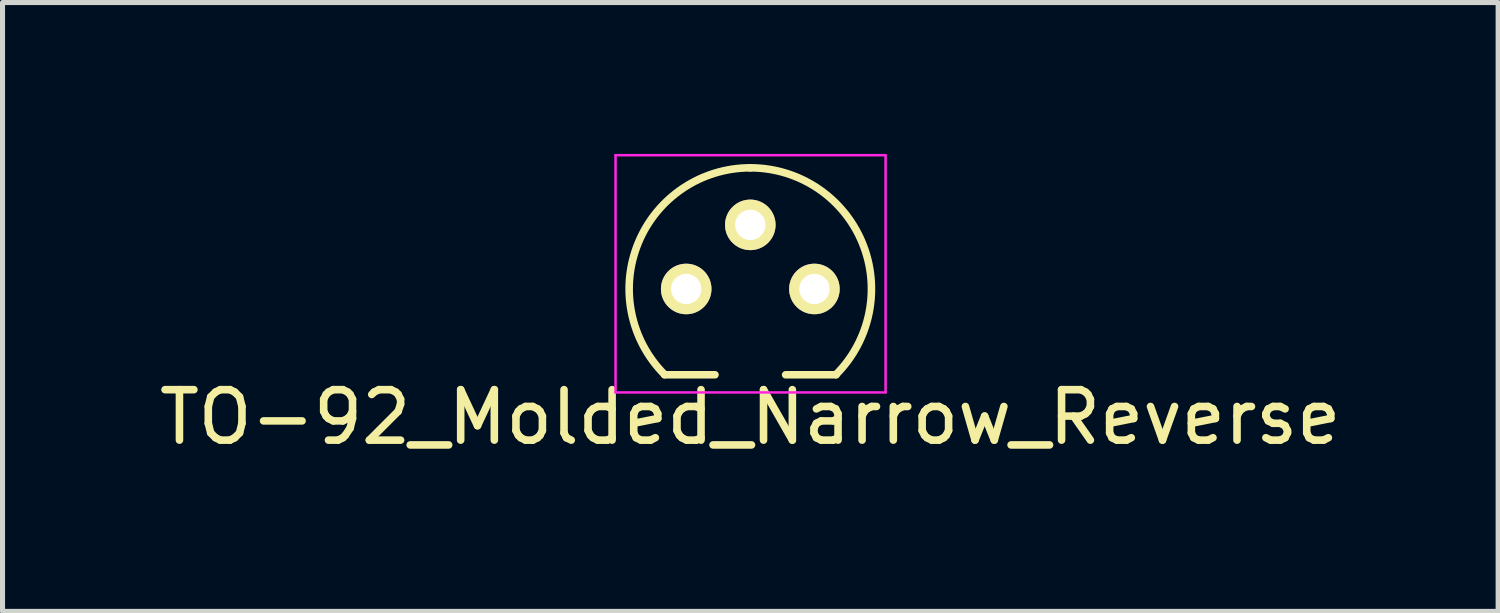
<source format=kicad_pcb>
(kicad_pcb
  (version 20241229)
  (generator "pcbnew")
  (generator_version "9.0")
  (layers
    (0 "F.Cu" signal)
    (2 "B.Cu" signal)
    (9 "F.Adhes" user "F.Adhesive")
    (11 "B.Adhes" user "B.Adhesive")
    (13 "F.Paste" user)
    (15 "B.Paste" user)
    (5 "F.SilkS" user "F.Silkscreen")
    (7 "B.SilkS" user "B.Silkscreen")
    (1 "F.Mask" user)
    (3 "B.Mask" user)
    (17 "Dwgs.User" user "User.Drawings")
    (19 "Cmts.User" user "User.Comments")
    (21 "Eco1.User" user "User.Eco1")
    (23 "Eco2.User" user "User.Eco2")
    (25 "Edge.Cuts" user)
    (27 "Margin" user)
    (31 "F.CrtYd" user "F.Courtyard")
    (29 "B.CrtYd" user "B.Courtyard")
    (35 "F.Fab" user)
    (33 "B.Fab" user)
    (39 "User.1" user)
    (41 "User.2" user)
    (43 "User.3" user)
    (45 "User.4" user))
  (footprint "TO-92_Molded_Narrow_Reverse"
    (layer "F.Cu")
    (at 10.545 2.675)
    (property "Reference" "TO-92_Molded_Narrow_Reverse" (at 1.27 2.54 180) (layer "F.SilkS") (effects (font (size 1 1) (thickness 0.15))))
    (attr through_hole)
    (fp_line (start -0.43 1.7) (end 0.57 1.7) (stroke (width 0.15) (type solid)) (layer "F.SilkS"))
    (fp_line (start 1.97 1.7) (end 2.97 1.7) (stroke (width 0.15) (type solid)) (layer "F.SilkS"))
    (fp_arc (start -0.427056 1.697056) (mid -0.947311 -0.91844) (end 1.27 -2.4) (stroke (width 0.15) (type solid)) (layer "F.SilkS"))
    (fp_arc (start 1.27 -2.4) (mid 3.487311 -0.91844) (end 2.967056 1.697056) (stroke (width 0.15) (type solid)) (layer "F.SilkS"))
    (fp_line (start -1.4 -2.65) (end 3.95 -2.65) (stroke (width 0.05) (type solid)) (layer "F.CrtYd"))
    (fp_line (start -1.4 2.05) (end -1.4 -2.65) (stroke (width 0.05) (type solid)) (layer "F.CrtYd"))
    (fp_line (start -1.4 2.05) (end 3.95 2.05) (stroke (width 0.05) (type solid)) (layer "F.CrtYd"))
    (fp_line (start 3.95 2.05) (end 3.95 -2.65) (stroke (width 0.05) (type solid)) (layer "F.CrtYd"))
    (pad "1" thru_hole circle (at 0 0 90) (size 1.001 1.001) (drill 0.6) (layers "*.Cu" "*.Mask" "F.SilkS"))
    (pad "2" thru_hole circle (at 1.27 -1.27 90) (size 1.001 1.001) (drill 0.6) (layers "*.Cu" "*.Mask" "F.SilkS"))
    (pad "3" thru_hole circle (at 2.54 0 90) (size 1.001 1.001) (drill 0.6) (layers "*.Cu" "*.Mask" "F.SilkS")))
  (gr_rect
    (start -3 -3)
    (end 26.631 9.063)
    (stroke (width 0.1) (type default))
    (fill no)
    (layer "Edge.Cuts")))
</source>
